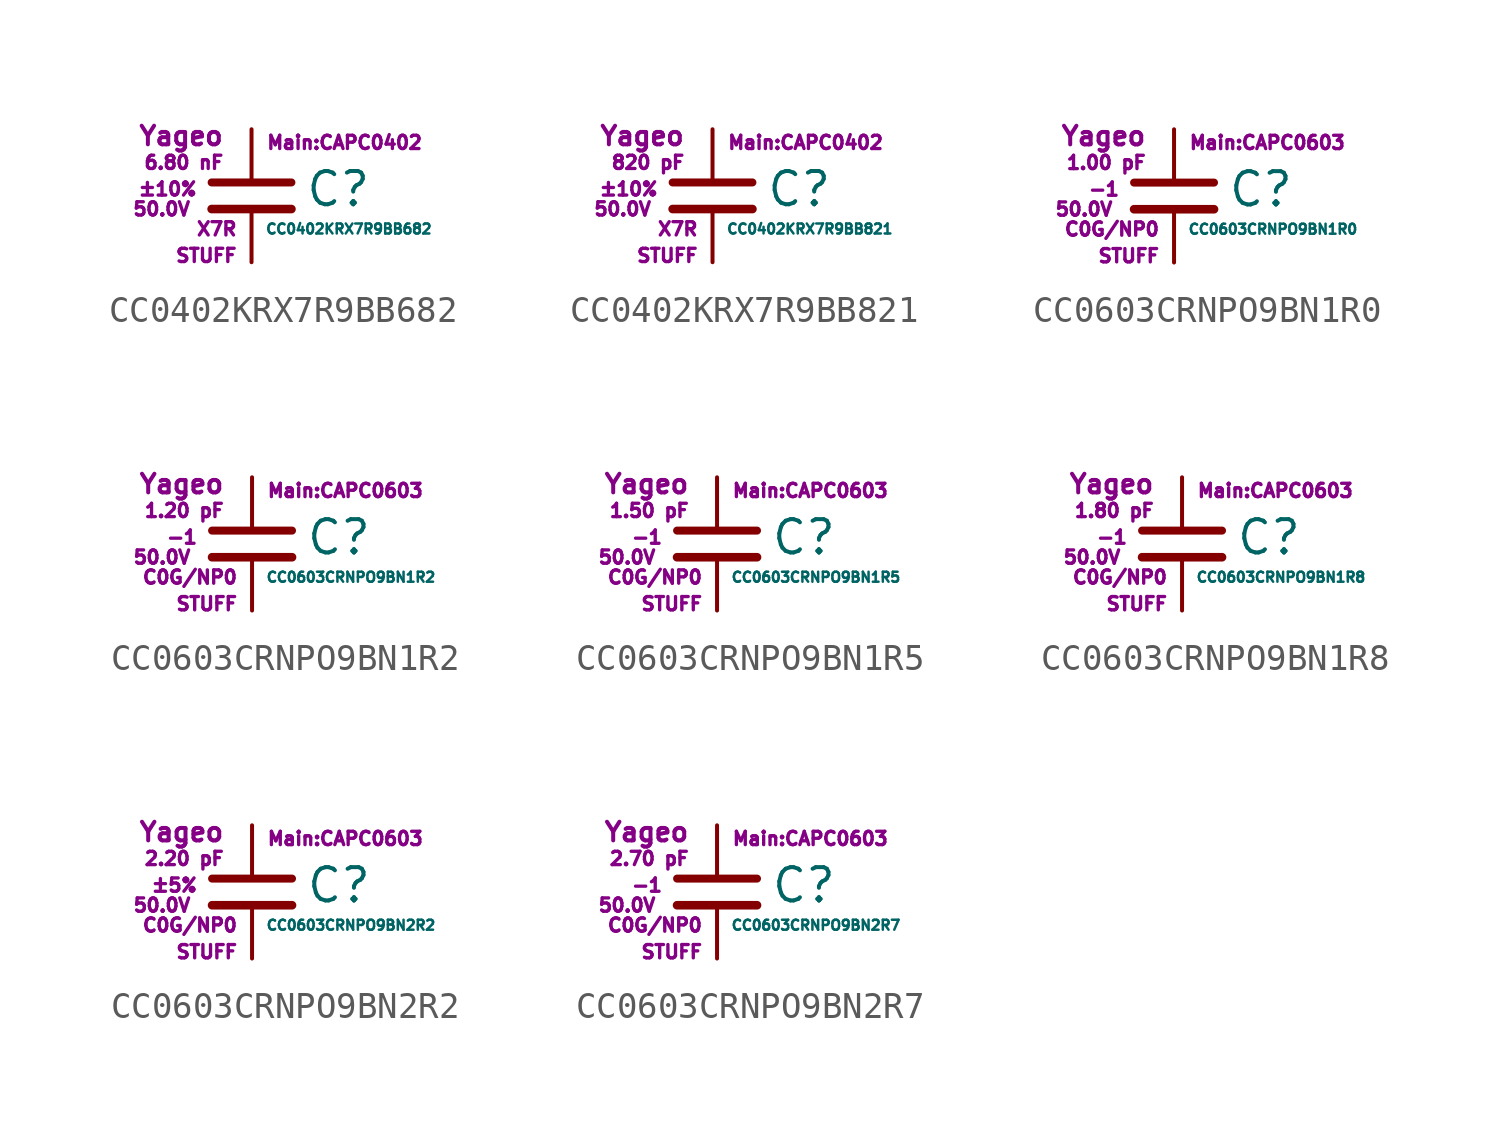
<source format=kicad_sym>
(kicad_symbol_lib
  (version 20211014)
  (generator kicad_symbol_editor)
  (symbol "CC0402KRX7R9BB682"
    (pin_numbers hide)
    (pin_names
      (offset 0.254) hide)
    (property "Reference" "C"
      (at 2.032 0.254 0)
      (effects (font (size 1.27 1.27)) (justify left)))
    (property "Value" "CC0402KRX7R9BB682"
      (at 0.508 -1.27 0)
      (effects (font (size 0.381 0.381)) (justify left)))
    (property "Footprint" "Main:CAPC0402"
      (at 3.556 2.032 0)
      (effects (font (size 0.508 0.508))))
    (property "Datasheet" ""
      (at 0.762 0.508 0)
      (effects (font (size 1.27 1.27))))
    (property "Manufacturer" "Yageo"
      (at -1.016 2.286 0)
      (effects (font (size 0.711 0.711)) (justify right)))
    (property "SKU" "STUFF"
      (at -0.508 -2.286 0)
      (effects (font (size 0.508 0.508)) (justify right)))
    (property "C" "6.80 nF"
      (at -1.016 1.27 0)
      (effects (font (size 0.508 0.508)) (justify right)))
    (property "Tol" "±10%"
      (at -2.032 0.254 0)
      (effects (font (size 0.508 0.508)) (justify right)))
    (property "Vmax" "50.0V"
      (at -2.286 -0.508 0)
      (effects (font (size 0.508 0.508)) (justify right)))
    (property "Type" "X7R"
      (at -0.508 -1.27 0)
      (effects (font (size 0.508 0.508)) (justify right)))
    (symbol "CC0402KRX7R9BB682_0_1"
      (polyline (pts (xy -1.524 -0.508) (xy 1.524 -0.508)) (stroke (width 0.33) (type default) (color 0 0 0 0)) (fill (type none)))
      (polyline (pts (xy -1.524 0.508) (xy 1.524 0.508)) (stroke (width 0.305) (type default) (color 0 0 0 0)) (fill (type none))))
    (symbol "CC0402KRX7R9BB682_1_1"
      (pin passive line (at 0 2.54 270) (length 1.905) (name "~" (effects (font (size 1.016 1.016)))) (number "1" (effects (font (size 1.016 1.016)))))
      (pin passive line (at 0 -2.54 90) (length 2.032) (name "~" (effects (font (size 1.016 1.016)))) (number "2" (effects (font (size 1.016 1.016)))))))
  (symbol "CC0402KRX7R9BB821"
    (pin_numbers hide)
    (pin_names
      (offset 0.254) hide)
    (property "Reference" "C"
      (at 2.032 0.254 0)
      (effects (font (size 1.27 1.27)) (justify left)))
    (property "Value" "CC0402KRX7R9BB821"
      (at 0.508 -1.27 0)
      (effects (font (size 0.381 0.381)) (justify left)))
    (property "Footprint" "Main:CAPC0402"
      (at 3.556 2.032 0)
      (effects (font (size 0.508 0.508))))
    (property "Datasheet" ""
      (at 0.762 0.508 0)
      (effects (font (size 1.27 1.27))))
    (property "Manufacturer" "Yageo"
      (at -1.016 2.286 0)
      (effects (font (size 0.711 0.711)) (justify right)))
    (property "SKU" "STUFF"
      (at -0.508 -2.286 0)
      (effects (font (size 0.508 0.508)) (justify right)))
    (property "C" "820 pF"
      (at -1.016 1.27 0)
      (effects (font (size 0.508 0.508)) (justify right)))
    (property "Tol" "±10%"
      (at -2.032 0.254 0)
      (effects (font (size 0.508 0.508)) (justify right)))
    (property "Vmax" "50.0V"
      (at -2.286 -0.508 0)
      (effects (font (size 0.508 0.508)) (justify right)))
    (property "Type" "X7R"
      (at -0.508 -1.27 0)
      (effects (font (size 0.508 0.508)) (justify right)))
    (symbol "CC0402KRX7R9BB821_0_1"
      (polyline (pts (xy -1.524 -0.508) (xy 1.524 -0.508)) (stroke (width 0.33) (type default) (color 0 0 0 0)) (fill (type none)))
      (polyline (pts (xy -1.524 0.508) (xy 1.524 0.508)) (stroke (width 0.305) (type default) (color 0 0 0 0)) (fill (type none))))
    (symbol "CC0402KRX7R9BB821_1_1"
      (pin passive line (at 0 2.54 270) (length 1.905) (name "~" (effects (font (size 1.016 1.016)))) (number "1" (effects (font (size 1.016 1.016)))))
      (pin passive line (at 0 -2.54 90) (length 2.032) (name "~" (effects (font (size 1.016 1.016)))) (number "2" (effects (font (size 1.016 1.016)))))))
  (symbol "CC0603CRNPO9BN1R0"
    (pin_numbers hide)
    (pin_names
      (offset 0.254) hide)
    (property "Reference" "C"
      (at 2.032 0.254 0)
      (effects (font (size 1.27 1.27)) (justify left)))
    (property "Value" "CC0603CRNPO9BN1R0"
      (at 0.508 -1.27 0)
      (effects (font (size 0.381 0.381)) (justify left)))
    (property "Footprint" "Main:CAPC0603"
      (at 3.556 2.032 0)
      (effects (font (size 0.508 0.508))))
    (property "Datasheet" ""
      (at 0.762 0.508 0)
      (effects (font (size 1.27 1.27))))
    (property "Manufacturer" "Yageo"
      (at -1.016 2.286 0)
      (effects (font (size 0.711 0.711)) (justify right)))
    (property "SKU" "STUFF"
      (at -0.508 -2.286 0)
      (effects (font (size 0.508 0.508)) (justify right)))
    (property "C" "1.00 pF"
      (at -1.016 1.27 0)
      (effects (font (size 0.508 0.508)) (justify right)))
    (property "Tol" "-1"
      (at -2.032 0.254 0)
      (effects (font (size 0.508 0.508)) (justify right)))
    (property "Vmax" "50.0V"
      (at -2.286 -0.508 0)
      (effects (font (size 0.508 0.508)) (justify right)))
    (property "Type" "C0G/NP0"
      (at -0.508 -1.27 0)
      (effects (font (size 0.508 0.508)) (justify right)))
    (symbol "CC0603CRNPO9BN1R0_0_1"
      (polyline (pts (xy -1.524 -0.508) (xy 1.524 -0.508)) (stroke (width 0.33) (type default) (color 0 0 0 0)) (fill (type none)))
      (polyline (pts (xy -1.524 0.508) (xy 1.524 0.508)) (stroke (width 0.305) (type default) (color 0 0 0 0)) (fill (type none))))
    (symbol "CC0603CRNPO9BN1R0_1_1"
      (pin passive line (at 0 2.54 270) (length 1.905) (name "~" (effects (font (size 1.016 1.016)))) (number "1" (effects (font (size 1.016 1.016)))))
      (pin passive line (at 0 -2.54 90) (length 2.032) (name "~" (effects (font (size 1.016 1.016)))) (number "2" (effects (font (size 1.016 1.016)))))))
  (symbol "CC0603CRNPO9BN1R2"
    (pin_numbers hide)
    (pin_names
      (offset 0.254) hide)
    (property "Reference" "C"
      (at 2.032 0.254 0)
      (effects (font (size 1.27 1.27)) (justify left)))
    (property "Value" "CC0603CRNPO9BN1R2"
      (at 0.508 -1.27 0)
      (effects (font (size 0.381 0.381)) (justify left)))
    (property "Footprint" "Main:CAPC0603"
      (at 3.556 2.032 0)
      (effects (font (size 0.508 0.508))))
    (property "Datasheet" ""
      (at 0.762 0.508 0)
      (effects (font (size 1.27 1.27))))
    (property "Manufacturer" "Yageo"
      (at -1.016 2.286 0)
      (effects (font (size 0.711 0.711)) (justify right)))
    (property "SKU" "STUFF"
      (at -0.508 -2.286 0)
      (effects (font (size 0.508 0.508)) (justify right)))
    (property "C" "1.20 pF"
      (at -1.016 1.27 0)
      (effects (font (size 0.508 0.508)) (justify right)))
    (property "Tol" "-1"
      (at -2.032 0.254 0)
      (effects (font (size 0.508 0.508)) (justify right)))
    (property "Vmax" "50.0V"
      (at -2.286 -0.508 0)
      (effects (font (size 0.508 0.508)) (justify right)))
    (property "Type" "C0G/NP0"
      (at -0.508 -1.27 0)
      (effects (font (size 0.508 0.508)) (justify right)))
    (symbol "CC0603CRNPO9BN1R2_0_1"
      (polyline (pts (xy -1.524 -0.508) (xy 1.524 -0.508)) (stroke (width 0.33) (type default) (color 0 0 0 0)) (fill (type none)))
      (polyline (pts (xy -1.524 0.508) (xy 1.524 0.508)) (stroke (width 0.305) (type default) (color 0 0 0 0)) (fill (type none))))
    (symbol "CC0603CRNPO9BN1R2_1_1"
      (pin passive line (at 0 2.54 270) (length 1.905) (name "~" (effects (font (size 1.016 1.016)))) (number "1" (effects (font (size 1.016 1.016)))))
      (pin passive line (at 0 -2.54 90) (length 2.032) (name "~" (effects (font (size 1.016 1.016)))) (number "2" (effects (font (size 1.016 1.016)))))))
  (symbol "CC0603CRNPO9BN1R5"
    (pin_numbers hide)
    (pin_names
      (offset 0.254) hide)
    (property "Reference" "C"
      (at 2.032 0.254 0)
      (effects (font (size 1.27 1.27)) (justify left)))
    (property "Value" "CC0603CRNPO9BN1R5"
      (at 0.508 -1.27 0)
      (effects (font (size 0.381 0.381)) (justify left)))
    (property "Footprint" "Main:CAPC0603"
      (at 3.556 2.032 0)
      (effects (font (size 0.508 0.508))))
    (property "Datasheet" ""
      (at 0.762 0.508 0)
      (effects (font (size 1.27 1.27))))
    (property "Manufacturer" "Yageo"
      (at -1.016 2.286 0)
      (effects (font (size 0.711 0.711)) (justify right)))
    (property "SKU" "STUFF"
      (at -0.508 -2.286 0)
      (effects (font (size 0.508 0.508)) (justify right)))
    (property "C" "1.50 pF"
      (at -1.016 1.27 0)
      (effects (font (size 0.508 0.508)) (justify right)))
    (property "Tol" "-1"
      (at -2.032 0.254 0)
      (effects (font (size 0.508 0.508)) (justify right)))
    (property "Vmax" "50.0V"
      (at -2.286 -0.508 0)
      (effects (font (size 0.508 0.508)) (justify right)))
    (property "Type" "C0G/NP0"
      (at -0.508 -1.27 0)
      (effects (font (size 0.508 0.508)) (justify right)))
    (symbol "CC0603CRNPO9BN1R5_0_1"
      (polyline (pts (xy -1.524 -0.508) (xy 1.524 -0.508)) (stroke (width 0.33) (type default) (color 0 0 0 0)) (fill (type none)))
      (polyline (pts (xy -1.524 0.508) (xy 1.524 0.508)) (stroke (width 0.305) (type default) (color 0 0 0 0)) (fill (type none))))
    (symbol "CC0603CRNPO9BN1R5_1_1"
      (pin passive line (at 0 2.54 270) (length 1.905) (name "~" (effects (font (size 1.016 1.016)))) (number "1" (effects (font (size 1.016 1.016)))))
      (pin passive line (at 0 -2.54 90) (length 2.032) (name "~" (effects (font (size 1.016 1.016)))) (number "2" (effects (font (size 1.016 1.016)))))))
  (symbol "CC0603CRNPO9BN1R8"
    (pin_numbers hide)
    (pin_names
      (offset 0.254) hide)
    (property "Reference" "C"
      (at 2.032 0.254 0)
      (effects (font (size 1.27 1.27)) (justify left)))
    (property "Value" "CC0603CRNPO9BN1R8"
      (at 0.508 -1.27 0)
      (effects (font (size 0.381 0.381)) (justify left)))
    (property "Footprint" "Main:CAPC0603"
      (at 3.556 2.032 0)
      (effects (font (size 0.508 0.508))))
    (property "Datasheet" ""
      (at 0.762 0.508 0)
      (effects (font (size 1.27 1.27))))
    (property "Manufacturer" "Yageo"
      (at -1.016 2.286 0)
      (effects (font (size 0.711 0.711)) (justify right)))
    (property "SKU" "STUFF"
      (at -0.508 -2.286 0)
      (effects (font (size 0.508 0.508)) (justify right)))
    (property "C" "1.80 pF"
      (at -1.016 1.27 0)
      (effects (font (size 0.508 0.508)) (justify right)))
    (property "Tol" "-1"
      (at -2.032 0.254 0)
      (effects (font (size 0.508 0.508)) (justify right)))
    (property "Vmax" "50.0V"
      (at -2.286 -0.508 0)
      (effects (font (size 0.508 0.508)) (justify right)))
    (property "Type" "C0G/NP0"
      (at -0.508 -1.27 0)
      (effects (font (size 0.508 0.508)) (justify right)))
    (symbol "CC0603CRNPO9BN1R8_0_1"
      (polyline (pts (xy -1.524 -0.508) (xy 1.524 -0.508)) (stroke (width 0.33) (type default) (color 0 0 0 0)) (fill (type none)))
      (polyline (pts (xy -1.524 0.508) (xy 1.524 0.508)) (stroke (width 0.305) (type default) (color 0 0 0 0)) (fill (type none))))
    (symbol "CC0603CRNPO9BN1R8_1_1"
      (pin passive line (at 0 2.54 270) (length 1.905) (name "~" (effects (font (size 1.016 1.016)))) (number "1" (effects (font (size 1.016 1.016)))))
      (pin passive line (at 0 -2.54 90) (length 2.032) (name "~" (effects (font (size 1.016 1.016)))) (number "2" (effects (font (size 1.016 1.016)))))))
  (symbol "CC0603CRNPO9BN2R2"
    (pin_numbers hide)
    (pin_names
      (offset 0.254) hide)
    (property "Reference" "C"
      (at 2.032 0.254 0)
      (effects (font (size 1.27 1.27)) (justify left)))
    (property "Value" "CC0603CRNPO9BN2R2"
      (at 0.508 -1.27 0)
      (effects (font (size 0.381 0.381)) (justify left)))
    (property "Footprint" "Main:CAPC0603"
      (at 3.556 2.032 0)
      (effects (font (size 0.508 0.508))))
    (property "Datasheet" ""
      (at 0.762 0.508 0)
      (effects (font (size 1.27 1.27))))
    (property "Manufacturer" "Yageo"
      (at -1.016 2.286 0)
      (effects (font (size 0.711 0.711)) (justify right)))
    (property "SKU" "STUFF"
      (at -0.508 -2.286 0)
      (effects (font (size 0.508 0.508)) (justify right)))
    (property "C" "2.20 pF"
      (at -1.016 1.27 0)
      (effects (font (size 0.508 0.508)) (justify right)))
    (property "Tol" "±5%"
      (at -2.032 0.254 0)
      (effects (font (size 0.508 0.508)) (justify right)))
    (property "Vmax" "50.0V"
      (at -2.286 -0.508 0)
      (effects (font (size 0.508 0.508)) (justify right)))
    (property "Type" "C0G/NP0"
      (at -0.508 -1.27 0)
      (effects (font (size 0.508 0.508)) (justify right)))
    (symbol "CC0603CRNPO9BN2R2_0_1"
      (polyline (pts (xy -1.524 -0.508) (xy 1.524 -0.508)) (stroke (width 0.33) (type default) (color 0 0 0 0)) (fill (type none)))
      (polyline (pts (xy -1.524 0.508) (xy 1.524 0.508)) (stroke (width 0.305) (type default) (color 0 0 0 0)) (fill (type none))))
    (symbol "CC0603CRNPO9BN2R2_1_1"
      (pin passive line (at 0 2.54 270) (length 1.905) (name "~" (effects (font (size 1.016 1.016)))) (number "1" (effects (font (size 1.016 1.016)))))
      (pin passive line (at 0 -2.54 90) (length 2.032) (name "~" (effects (font (size 1.016 1.016)))) (number "2" (effects (font (size 1.016 1.016)))))))
  (symbol "CC0603CRNPO9BN2R7"
    (pin_numbers hide)
    (pin_names
      (offset 0.254) hide)
    (property "Reference" "C"
      (at 2.032 0.254 0)
      (effects (font (size 1.27 1.27)) (justify left)))
    (property "Value" "CC0603CRNPO9BN2R7"
      (at 0.508 -1.27 0)
      (effects (font (size 0.381 0.381)) (justify left)))
    (property "Footprint" "Main:CAPC0603"
      (at 3.556 2.032 0)
      (effects (font (size 0.508 0.508))))
    (property "Datasheet" ""
      (at 0.762 0.508 0)
      (effects (font (size 1.27 1.27))))
    (property "Manufacturer" "Yageo"
      (at -1.016 2.286 0)
      (effects (font (size 0.711 0.711)) (justify right)))
    (property "SKU" "STUFF"
      (at -0.508 -2.286 0)
      (effects (font (size 0.508 0.508)) (justify right)))
    (property "C" "2.70 pF"
      (at -1.016 1.27 0)
      (effects (font (size 0.508 0.508)) (justify right)))
    (property "Tol" "-1"
      (at -2.032 0.254 0)
      (effects (font (size 0.508 0.508)) (justify right)))
    (property "Vmax" "50.0V"
      (at -2.286 -0.508 0)
      (effects (font (size 0.508 0.508)) (justify right)))
    (property "Type" "C0G/NP0"
      (at -0.508 -1.27 0)
      (effects (font (size 0.508 0.508)) (justify right)))
    (symbol "CC0603CRNPO9BN2R7_0_1"
      (polyline (pts (xy -1.524 -0.508) (xy 1.524 -0.508)) (stroke (width 0.33) (type default) (color 0 0 0 0)) (fill (type none)))
      (polyline (pts (xy -1.524 0.508) (xy 1.524 0.508)) (stroke (width 0.305) (type default) (color 0 0 0 0)) (fill (type none))))
    (symbol "CC0603CRNPO9BN2R7_1_1"
      (pin passive line (at 0 2.54 270) (length 1.905) (name "~" (effects (font (size 1.016 1.016)))) (number "1" (effects (font (size 1.016 1.016)))))
      (pin passive line (at 0 -2.54 90) (length 2.032) (name "~" (effects (font (size 1.016 1.016)))) (number "2" (effects (font (size 1.016 1.016))))))))
</source>
